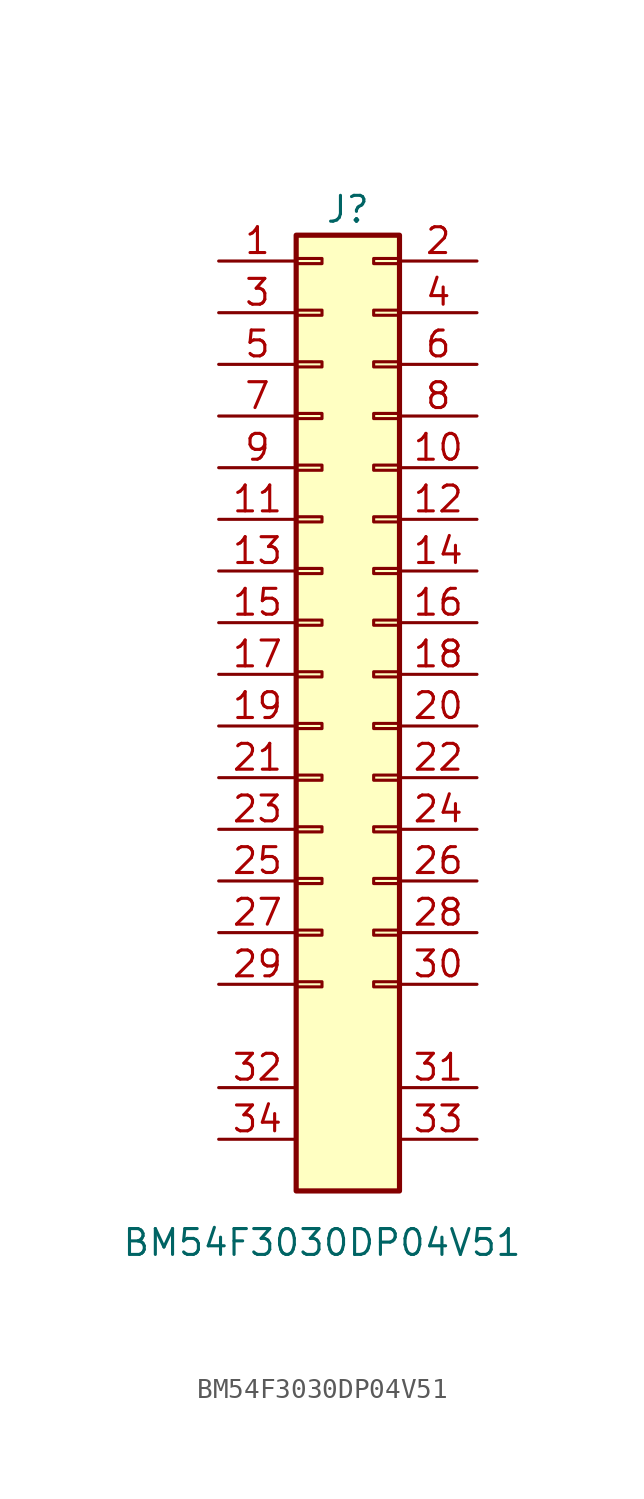
<source format=kicad_sym>
(kicad_symbol_lib
  (version 20241209)
  (generator "kicad_symbol_editor")
  (generator_version "9.0")
  (symbol "BM54F3030DP04V51"
    (pin_names
      (offset 1.016)
      (hide yes))
    (property "Reference" "J"
      (at 1.27 20.32 0)
      (effects (font (size 1.27 1.27))))
    (property "Value" "BM54F3030DP04V51"
      (at 0 -30.48 0)
      (effects (font (size 1.27 1.27))))
    (symbol "BM54F3030DP04V51_1_1"
      (rectangle (start -1.27 19.05) (end 3.81 -27.94) (stroke (width 0.254) (type default)) (fill (type background)))
      (rectangle (start -1.27 17.907) (end 0 17.653) (stroke (width 0.152) (type default)) (fill (type none)))
      (rectangle (start -1.27 15.367) (end 0 15.113) (stroke (width 0.152) (type default)) (fill (type none)))
      (rectangle (start -1.27 12.827) (end 0 12.573) (stroke (width 0.152) (type default)) (fill (type none)))
      (rectangle (start -1.27 10.287) (end 0 10.033) (stroke (width 0.152) (type default)) (fill (type none)))
      (rectangle (start -1.27 7.747) (end 0 7.493) (stroke (width 0.152) (type default)) (fill (type none)))
      (rectangle (start -1.27 5.207) (end 0 4.953) (stroke (width 0.152) (type default)) (fill (type none)))
      (rectangle (start -1.27 2.667) (end 0 2.413) (stroke (width 0.152) (type default)) (fill (type none)))
      (rectangle (start -1.27 0.127) (end 0 -0.127) (stroke (width 0.152) (type default)) (fill (type none)))
      (rectangle (start -1.27 -2.413) (end 0 -2.667) (stroke (width 0.152) (type default)) (fill (type none)))
      (rectangle (start -1.27 -4.953) (end 0 -5.207) (stroke (width 0.152) (type default)) (fill (type none)))
      (rectangle (start -1.27 -7.493) (end 0 -7.747) (stroke (width 0.152) (type default)) (fill (type none)))
      (rectangle (start -1.27 -10.033) (end 0 -10.287) (stroke (width 0.152) (type default)) (fill (type none)))
      (rectangle (start -1.27 -12.573) (end 0 -12.827) (stroke (width 0.152) (type default)) (fill (type none)))
      (rectangle (start -1.27 -15.113) (end 0 -15.367) (stroke (width 0.152) (type default)) (fill (type none)))
      (rectangle (start -1.27 -17.653) (end 0 -17.907) (stroke (width 0.152) (type default)) (fill (type none)))
      (rectangle (start 3.81 17.907) (end 2.54 17.653) (stroke (width 0.152) (type default)) (fill (type none)))
      (rectangle (start 3.81 15.367) (end 2.54 15.113) (stroke (width 0.152) (type default)) (fill (type none)))
      (rectangle (start 3.81 12.827) (end 2.54 12.573) (stroke (width 0.152) (type default)) (fill (type none)))
      (rectangle (start 3.81 10.287) (end 2.54 10.033) (stroke (width 0.152) (type default)) (fill (type none)))
      (rectangle (start 3.81 7.747) (end 2.54 7.493) (stroke (width 0.152) (type default)) (fill (type none)))
      (rectangle (start 3.81 5.207) (end 2.54 4.953) (stroke (width 0.152) (type default)) (fill (type none)))
      (rectangle (start 3.81 2.667) (end 2.54 2.413) (stroke (width 0.152) (type default)) (fill (type none)))
      (rectangle (start 3.81 0.127) (end 2.54 -0.127) (stroke (width 0.152) (type default)) (fill (type none)))
      (rectangle (start 3.81 -2.413) (end 2.54 -2.667) (stroke (width 0.152) (type default)) (fill (type none)))
      (rectangle (start 3.81 -4.953) (end 2.54 -5.207) (stroke (width 0.152) (type default)) (fill (type none)))
      (rectangle (start 3.81 -7.493) (end 2.54 -7.747) (stroke (width 0.152) (type default)) (fill (type none)))
      (rectangle (start 3.81 -10.033) (end 2.54 -10.287) (stroke (width 0.152) (type default)) (fill (type none)))
      (rectangle (start 3.81 -12.573) (end 2.54 -12.827) (stroke (width 0.152) (type default)) (fill (type none)))
      (rectangle (start 3.81 -15.113) (end 2.54 -15.367) (stroke (width 0.152) (type default)) (fill (type none)))
      (rectangle (start 3.81 -17.653) (end 2.54 -17.907) (stroke (width 0.152) (type default)) (fill (type none)))
      (pin passive line (at -5.08 17.78 0) (length 3.81) (name "Pin_1" (effects (font (size 1.27 1.27)))) (number "1" (effects (font (size 1.27 1.27)))))
      (pin passive line (at -5.08 15.24 0) (length 3.81) (name "Pin_3" (effects (font (size 1.27 1.27)))) (number "3" (effects (font (size 1.27 1.27)))))
      (pin passive line (at -5.08 12.7 0) (length 3.81) (name "Pin_5" (effects (font (size 1.27 1.27)))) (number "5" (effects (font (size 1.27 1.27)))))
      (pin passive line (at -5.08 10.16 0) (length 3.81) (name "Pin_7" (effects (font (size 1.27 1.27)))) (number "7" (effects (font (size 1.27 1.27)))))
      (pin passive line (at -5.08 7.62 0) (length 3.81) (name "Pin_9" (effects (font (size 1.27 1.27)))) (number "9" (effects (font (size 1.27 1.27)))))
      (pin passive line (at -5.08 5.08 0) (length 3.81) (name "Pin_11" (effects (font (size 1.27 1.27)))) (number "11" (effects (font (size 1.27 1.27)))))
      (pin passive line (at -5.08 2.54 0) (length 3.81) (name "Pin_13" (effects (font (size 1.27 1.27)))) (number "13" (effects (font (size 1.27 1.27)))))
      (pin passive line (at -5.08 0 0) (length 3.81) (name "Pin_15" (effects (font (size 1.27 1.27)))) (number "15" (effects (font (size 1.27 1.27)))))
      (pin passive line (at -5.08 -2.54 0) (length 3.81) (name "Pin_17" (effects (font (size 1.27 1.27)))) (number "17" (effects (font (size 1.27 1.27)))))
      (pin passive line (at -5.08 -5.08 0) (length 3.81) (name "Pin_19" (effects (font (size 1.27 1.27)))) (number "19" (effects (font (size 1.27 1.27)))))
      (pin passive line (at -5.08 -7.62 0) (length 3.81) (name "Pin_21" (effects (font (size 1.27 1.27)))) (number "21" (effects (font (size 1.27 1.27)))))
      (pin passive line (at -5.08 -10.16 0) (length 3.81) (name "Pin_23" (effects (font (size 1.27 1.27)))) (number "23" (effects (font (size 1.27 1.27)))))
      (pin passive line (at -5.08 -12.7 0) (length 3.81) (name "Pin_25" (effects (font (size 1.27 1.27)))) (number "25" (effects (font (size 1.27 1.27)))))
      (pin passive line (at -5.08 -15.24 0) (length 3.81) (name "Pin_27" (effects (font (size 1.27 1.27)))) (number "27" (effects (font (size 1.27 1.27)))))
      (pin passive line (at -5.08 -17.78 0) (length 3.81) (name "Pin_29" (effects (font (size 1.27 1.27)))) (number "29" (effects (font (size 1.27 1.27)))))
      (pin passive line (at -5.08 -22.86 0) (length 3.81) (name "Pin_32" (effects (font (size 1.27 1.27)))) (number "32" (effects (font (size 1.27 1.27)))))
      (pin passive line (at -5.08 -25.4 0) (length 3.81) (name "Pin_34" (effects (font (size 1.27 1.27)))) (number "34" (effects (font (size 1.27 1.27)))))
      (pin passive line (at 7.62 17.78 180) (length 3.81) (name "Pin_2" (effects (font (size 1.27 1.27)))) (number "2" (effects (font (size 1.27 1.27)))))
      (pin passive line (at 7.62 15.24 180) (length 3.81) (name "Pin_4" (effects (font (size 1.27 1.27)))) (number "4" (effects (font (size 1.27 1.27)))))
      (pin passive line (at 7.62 12.7 180) (length 3.81) (name "Pin_6" (effects (font (size 1.27 1.27)))) (number "6" (effects (font (size 1.27 1.27)))))
      (pin passive line (at 7.62 10.16 180) (length 3.81) (name "Pin_8" (effects (font (size 1.27 1.27)))) (number "8" (effects (font (size 1.27 1.27)))))
      (pin passive line (at 7.62 7.62 180) (length 3.81) (name "Pin_10" (effects (font (size 1.27 1.27)))) (number "10" (effects (font (size 1.27 1.27)))))
      (pin passive line (at 7.62 5.08 180) (length 3.81) (name "Pin_12" (effects (font (size 1.27 1.27)))) (number "12" (effects (font (size 1.27 1.27)))))
      (pin passive line (at 7.62 2.54 180) (length 3.81) (name "Pin_14" (effects (font (size 1.27 1.27)))) (number "14" (effects (font (size 1.27 1.27)))))
      (pin passive line (at 7.62 0 180) (length 3.81) (name "Pin_16" (effects (font (size 1.27 1.27)))) (number "16" (effects (font (size 1.27 1.27)))))
      (pin passive line (at 7.62 -2.54 180) (length 3.81) (name "Pin_18" (effects (font (size 1.27 1.27)))) (number "18" (effects (font (size 1.27 1.27)))))
      (pin passive line (at 7.62 -5.08 180) (length 3.81) (name "Pin_20" (effects (font (size 1.27 1.27)))) (number "20" (effects (font (size 1.27 1.27)))))
      (pin passive line (at 7.62 -7.62 180) (length 3.81) (name "Pin_22" (effects (font (size 1.27 1.27)))) (number "22" (effects (font (size 1.27 1.27)))))
      (pin passive line (at 7.62 -10.16 180) (length 3.81) (name "Pin_24" (effects (font (size 1.27 1.27)))) (number "24" (effects (font (size 1.27 1.27)))))
      (pin passive line (at 7.62 -12.7 180) (length 3.81) (name "Pin_26" (effects (font (size 1.27 1.27)))) (number "26" (effects (font (size 1.27 1.27)))))
      (pin passive line (at 7.62 -15.24 180) (length 3.81) (name "Pin_28" (effects (font (size 1.27 1.27)))) (number "28" (effects (font (size 1.27 1.27)))))
      (pin passive line (at 7.62 -17.78 180) (length 3.81) (name "Pin_30" (effects (font (size 1.27 1.27)))) (number "30" (effects (font (size 1.27 1.27)))))
      (pin passive line (at 7.62 -22.86 180) (length 3.81) (name "Pin_31" (effects (font (size 1.27 1.27)))) (number "31" (effects (font (size 1.27 1.27)))))
      (pin passive line (at 7.62 -25.4 180) (length 3.81) (name "Pin_33" (effects (font (size 1.27 1.27)))) (number "33" (effects (font (size 1.27 1.27))))))))
</source>
